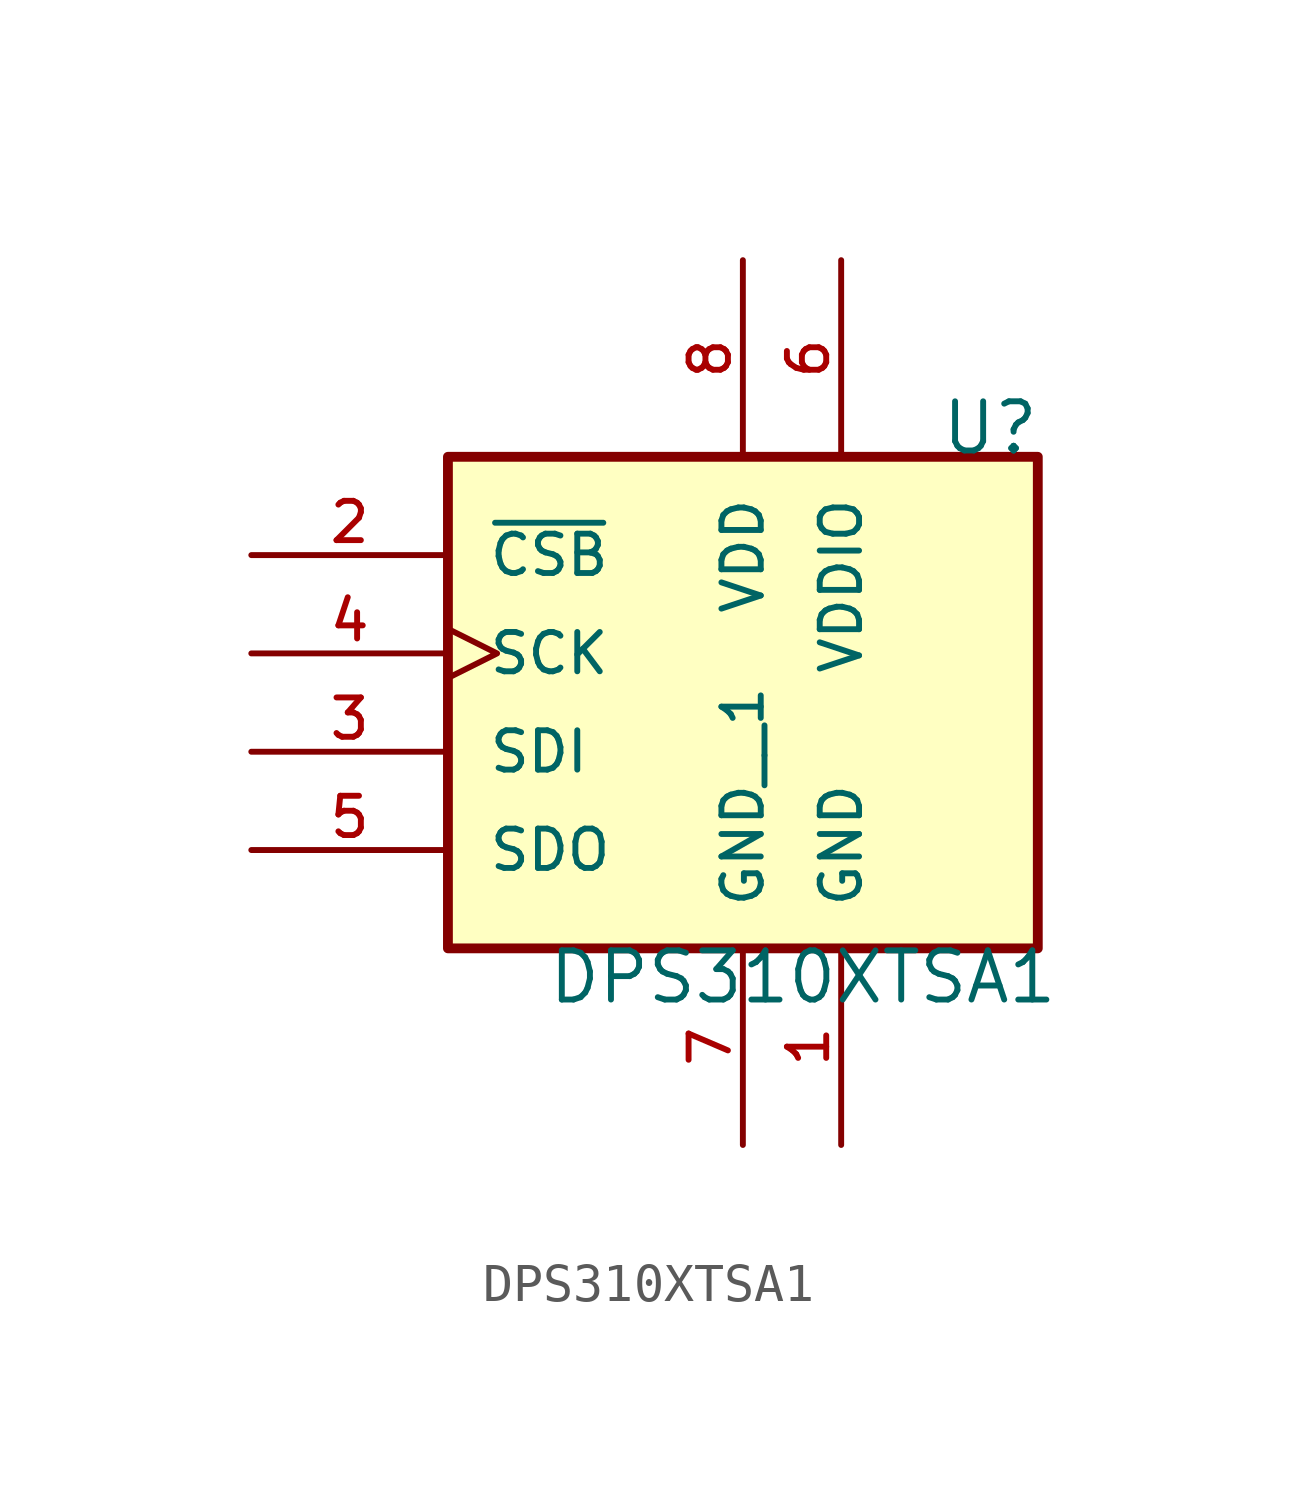
<source format=kicad_sym>
(kicad_symbol_lib
  (version 20231120)
  (generator "kicad_symbol_editor")
  (generator_version "8.0")
  (symbol "DPS310XTSA1"
    (pin_names
      (offset 1.016))
    (property "Reference" "U"
      (at 2.54 5.08 0)
      (effects (font (size 1.27 1.27)) (justify left bottom)))
    (property "Value" "DPS310XTSA1"
      (at -7.62 -7.62 0)
      (effects (font (size 1.27 1.27)) (justify left top)))
    (symbol "DPS310XTSA1_0_0"
      (rectangle (start -10.16 5.08) (end 5.08 -7.62) (stroke (width 0.254) (type default)) (fill (type background)))
      (pin power_in line (at 0 -12.7 90) (length 5.08) (name "GND" (effects (font (size 1.016 1.016)))) (number "1" (effects (font (size 1.016 1.016)))))
      (pin input line (at -15.24 2.54 0) (length 5.08) (name "~{CSB}" (effects (font (size 1.016 1.016)))) (number "2" (effects (font (size 1.016 1.016)))))
      (pin bidirectional line (at -15.24 -2.54 0) (length 5.08) (name "SDI" (effects (font (size 1.016 1.016)))) (number "3" (effects (font (size 1.016 1.016)))))
      (pin input clock (at -15.24 0 0) (length 5.08) (name "SCK" (effects (font (size 1.016 1.016)))) (number "4" (effects (font (size 1.016 1.016)))))
      (pin output line (at -15.24 -5.08 0) (length 5.08) (name "SDO" (effects (font (size 1.016 1.016)))) (number "5" (effects (font (size 1.016 1.016)))))
      (pin power_in line (at 0 10.16 270) (length 5.08) (name "VDDIO" (effects (font (size 1.016 1.016)))) (number "6" (effects (font (size 1.016 1.016)))))
      (pin power_in line (at -2.54 -12.7 90) (length 5.08) (name "GND__1" (effects (font (size 1.016 1.016)))) (number "7" (effects (font (size 1.016 1.016)))))
      (pin power_in line (at -2.54 10.16 270) (length 5.08) (name "VDD" (effects (font (size 1.016 1.016)))) (number "8" (effects (font (size 1.016 1.016))))))))
</source>
